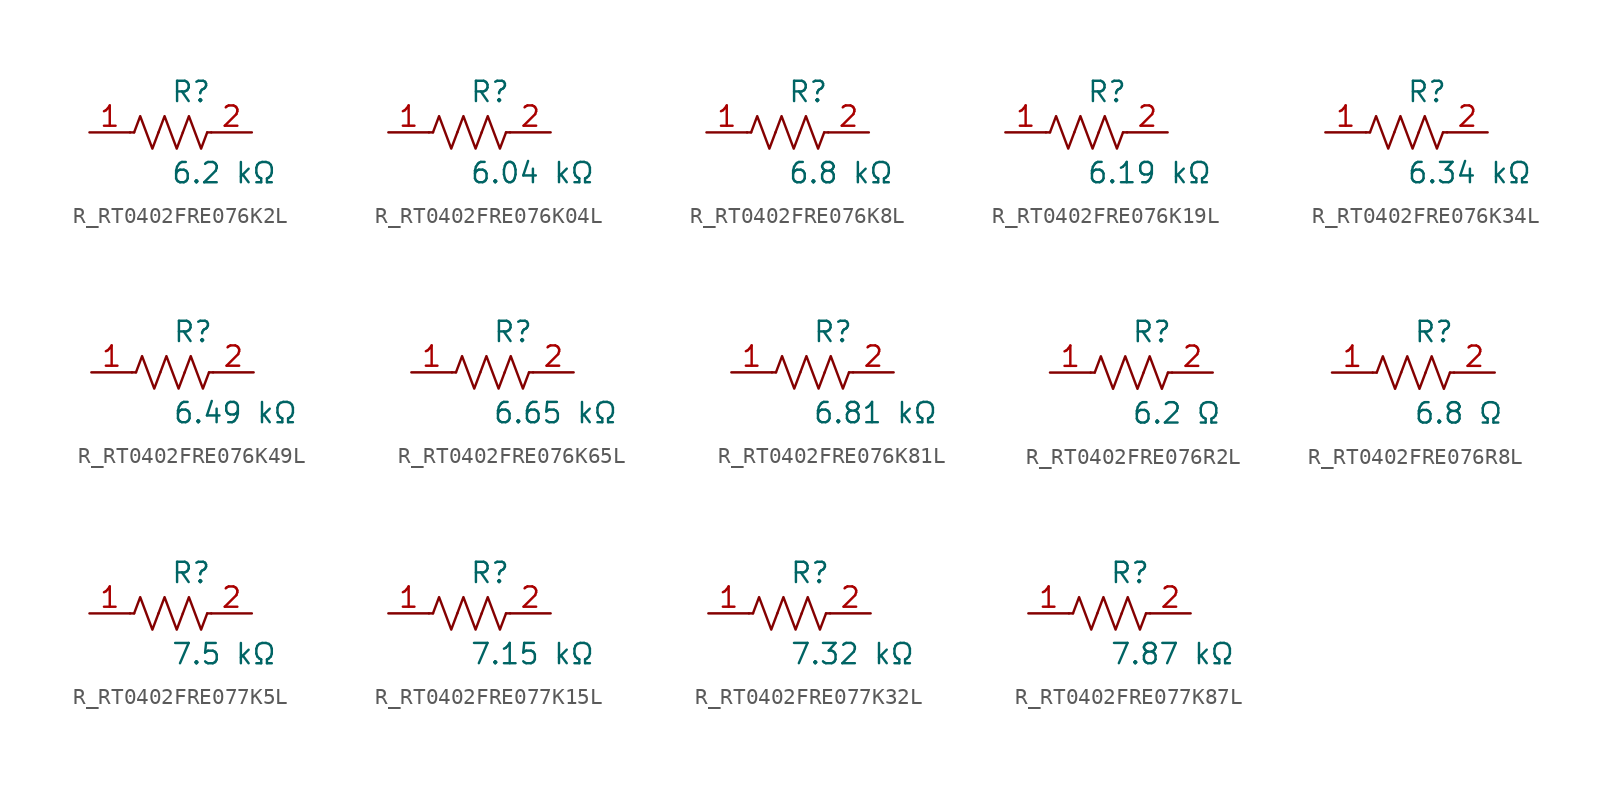
<source format=kicad_sym>
(kicad_symbol_lib
  (version 20231120)
  (generator kicad_symbol_editor)
  (generator_version 8.0)
  (symbol "R_RT0402FRE076K2L"
    (pin_names
      (offset 0.254))
    (property "Reference" "R"
      (at 0.0 2.54 0)
      (effects (font (size 1.27 1.27)) (justify left)))
    (property "Value" "6.2 kΩ"
      (at 0.0 -2.54 0)
      (effects (font (size 1.27 1.27)) (justify left)))
    (symbol "R_RT0402FRE076K2L_0_1"
      (polyline (pts (xy 2.286 0) (xy 2.54 0)) (stroke (width 0) (type default)) (fill (type none)))
      (polyline (pts (xy -2.286 0) (xy -2.54 0)) (stroke (width 0) (type default)) (fill (type none)))
      (polyline (pts (xy 0.762 0) (xy 1.143 1.016) (xy 1.524 0) (xy 1.905 -1.016) (xy 2.286 0)) (stroke (width 0) (type default)) (fill (type none)))
      (polyline (pts (xy -0.762 0) (xy -0.381 1.016) (xy 0 0) (xy 0.381 -1.016) (xy 0.762 0)) (stroke (width 0) (type default)) (fill (type none)))
      (polyline (pts (xy -2.286 0) (xy -1.905 1.016) (xy -1.524 0) (xy -1.143 -1.016) (xy -0.762 0)) (stroke (width 0) (type default)) (fill (type none))))
    (pin unspecified line
      (at -5.08 0 0)
      (length 2.54)
      (name "" (effects (font (size 1.27 1.27))))
      (number "1" (effects (font (size 1.27 1.27)))))
    (pin unspecified line
      (at 5.08 0 180)
      (length 2.54)
      (name "" (effects (font (size 1.27 1.27))))
      (number "2" (effects (font (size 1.27 1.27))))))
  (symbol "R_RT0402FRE076K04L"
    (pin_names
      (offset 0.254))
    (property "Reference" "R"
      (at 0.0 2.54 0)
      (effects (font (size 1.27 1.27)) (justify left)))
    (property "Value" "6.04 kΩ"
      (at 0.0 -2.54 0)
      (effects (font (size 1.27 1.27)) (justify left)))
    (symbol "R_RT0402FRE076K04L_0_1"
      (polyline (pts (xy 2.286 0) (xy 2.54 0)) (stroke (width 0) (type default)) (fill (type none)))
      (polyline (pts (xy -2.286 0) (xy -2.54 0)) (stroke (width 0) (type default)) (fill (type none)))
      (polyline (pts (xy 0.762 0) (xy 1.143 1.016) (xy 1.524 0) (xy 1.905 -1.016) (xy 2.286 0)) (stroke (width 0) (type default)) (fill (type none)))
      (polyline (pts (xy -0.762 0) (xy -0.381 1.016) (xy 0 0) (xy 0.381 -1.016) (xy 0.762 0)) (stroke (width 0) (type default)) (fill (type none)))
      (polyline (pts (xy -2.286 0) (xy -1.905 1.016) (xy -1.524 0) (xy -1.143 -1.016) (xy -0.762 0)) (stroke (width 0) (type default)) (fill (type none))))
    (pin unspecified line
      (at -5.08 0 0)
      (length 2.54)
      (name "" (effects (font (size 1.27 1.27))))
      (number "1" (effects (font (size 1.27 1.27)))))
    (pin unspecified line
      (at 5.08 0 180)
      (length 2.54)
      (name "" (effects (font (size 1.27 1.27))))
      (number "2" (effects (font (size 1.27 1.27))))))
  (symbol "R_RT0402FRE076K8L"
    (pin_names
      (offset 0.254))
    (property "Reference" "R"
      (at 0.0 2.54 0)
      (effects (font (size 1.27 1.27)) (justify left)))
    (property "Value" "6.8 kΩ"
      (at 0.0 -2.54 0)
      (effects (font (size 1.27 1.27)) (justify left)))
    (symbol "R_RT0402FRE076K8L_0_1"
      (polyline (pts (xy 2.286 0) (xy 2.54 0)) (stroke (width 0) (type default)) (fill (type none)))
      (polyline (pts (xy -2.286 0) (xy -2.54 0)) (stroke (width 0) (type default)) (fill (type none)))
      (polyline (pts (xy 0.762 0) (xy 1.143 1.016) (xy 1.524 0) (xy 1.905 -1.016) (xy 2.286 0)) (stroke (width 0) (type default)) (fill (type none)))
      (polyline (pts (xy -0.762 0) (xy -0.381 1.016) (xy 0 0) (xy 0.381 -1.016) (xy 0.762 0)) (stroke (width 0) (type default)) (fill (type none)))
      (polyline (pts (xy -2.286 0) (xy -1.905 1.016) (xy -1.524 0) (xy -1.143 -1.016) (xy -0.762 0)) (stroke (width 0) (type default)) (fill (type none))))
    (pin unspecified line
      (at -5.08 0 0)
      (length 2.54)
      (name "" (effects (font (size 1.27 1.27))))
      (number "1" (effects (font (size 1.27 1.27)))))
    (pin unspecified line
      (at 5.08 0 180)
      (length 2.54)
      (name "" (effects (font (size 1.27 1.27))))
      (number "2" (effects (font (size 1.27 1.27))))))
  (symbol "R_RT0402FRE076K19L"
    (pin_names
      (offset 0.254))
    (property "Reference" "R"
      (at 0.0 2.54 0)
      (effects (font (size 1.27 1.27)) (justify left)))
    (property "Value" "6.19 kΩ"
      (at 0.0 -2.54 0)
      (effects (font (size 1.27 1.27)) (justify left)))
    (symbol "R_RT0402FRE076K19L_0_1"
      (polyline (pts (xy 2.286 0) (xy 2.54 0)) (stroke (width 0) (type default)) (fill (type none)))
      (polyline (pts (xy -2.286 0) (xy -2.54 0)) (stroke (width 0) (type default)) (fill (type none)))
      (polyline (pts (xy 0.762 0) (xy 1.143 1.016) (xy 1.524 0) (xy 1.905 -1.016) (xy 2.286 0)) (stroke (width 0) (type default)) (fill (type none)))
      (polyline (pts (xy -0.762 0) (xy -0.381 1.016) (xy 0 0) (xy 0.381 -1.016) (xy 0.762 0)) (stroke (width 0) (type default)) (fill (type none)))
      (polyline (pts (xy -2.286 0) (xy -1.905 1.016) (xy -1.524 0) (xy -1.143 -1.016) (xy -0.762 0)) (stroke (width 0) (type default)) (fill (type none))))
    (pin unspecified line
      (at -5.08 0 0)
      (length 2.54)
      (name "" (effects (font (size 1.27 1.27))))
      (number "1" (effects (font (size 1.27 1.27)))))
    (pin unspecified line
      (at 5.08 0 180)
      (length 2.54)
      (name "" (effects (font (size 1.27 1.27))))
      (number "2" (effects (font (size 1.27 1.27))))))
  (symbol "R_RT0402FRE076K34L"
    (pin_names
      (offset 0.254))
    (property "Reference" "R"
      (at 0.0 2.54 0)
      (effects (font (size 1.27 1.27)) (justify left)))
    (property "Value" "6.34 kΩ"
      (at 0.0 -2.54 0)
      (effects (font (size 1.27 1.27)) (justify left)))
    (symbol "R_RT0402FRE076K34L_0_1"
      (polyline (pts (xy 2.286 0) (xy 2.54 0)) (stroke (width 0) (type default)) (fill (type none)))
      (polyline (pts (xy -2.286 0) (xy -2.54 0)) (stroke (width 0) (type default)) (fill (type none)))
      (polyline (pts (xy 0.762 0) (xy 1.143 1.016) (xy 1.524 0) (xy 1.905 -1.016) (xy 2.286 0)) (stroke (width 0) (type default)) (fill (type none)))
      (polyline (pts (xy -0.762 0) (xy -0.381 1.016) (xy 0 0) (xy 0.381 -1.016) (xy 0.762 0)) (stroke (width 0) (type default)) (fill (type none)))
      (polyline (pts (xy -2.286 0) (xy -1.905 1.016) (xy -1.524 0) (xy -1.143 -1.016) (xy -0.762 0)) (stroke (width 0) (type default)) (fill (type none))))
    (pin unspecified line
      (at -5.08 0 0)
      (length 2.54)
      (name "" (effects (font (size 1.27 1.27))))
      (number "1" (effects (font (size 1.27 1.27)))))
    (pin unspecified line
      (at 5.08 0 180)
      (length 2.54)
      (name "" (effects (font (size 1.27 1.27))))
      (number "2" (effects (font (size 1.27 1.27))))))
  (symbol "R_RT0402FRE076K49L"
    (pin_names
      (offset 0.254))
    (property "Reference" "R"
      (at 0.0 2.54 0)
      (effects (font (size 1.27 1.27)) (justify left)))
    (property "Value" "6.49 kΩ"
      (at 0.0 -2.54 0)
      (effects (font (size 1.27 1.27)) (justify left)))
    (symbol "R_RT0402FRE076K49L_0_1"
      (polyline (pts (xy 2.286 0) (xy 2.54 0)) (stroke (width 0) (type default)) (fill (type none)))
      (polyline (pts (xy -2.286 0) (xy -2.54 0)) (stroke (width 0) (type default)) (fill (type none)))
      (polyline (pts (xy 0.762 0) (xy 1.143 1.016) (xy 1.524 0) (xy 1.905 -1.016) (xy 2.286 0)) (stroke (width 0) (type default)) (fill (type none)))
      (polyline (pts (xy -0.762 0) (xy -0.381 1.016) (xy 0 0) (xy 0.381 -1.016) (xy 0.762 0)) (stroke (width 0) (type default)) (fill (type none)))
      (polyline (pts (xy -2.286 0) (xy -1.905 1.016) (xy -1.524 0) (xy -1.143 -1.016) (xy -0.762 0)) (stroke (width 0) (type default)) (fill (type none))))
    (pin unspecified line
      (at -5.08 0 0)
      (length 2.54)
      (name "" (effects (font (size 1.27 1.27))))
      (number "1" (effects (font (size 1.27 1.27)))))
    (pin unspecified line
      (at 5.08 0 180)
      (length 2.54)
      (name "" (effects (font (size 1.27 1.27))))
      (number "2" (effects (font (size 1.27 1.27))))))
  (symbol "R_RT0402FRE076K65L"
    (pin_names
      (offset 0.254))
    (property "Reference" "R"
      (at 0.0 2.54 0)
      (effects (font (size 1.27 1.27)) (justify left)))
    (property "Value" "6.65 kΩ"
      (at 0.0 -2.54 0)
      (effects (font (size 1.27 1.27)) (justify left)))
    (symbol "R_RT0402FRE076K65L_0_1"
      (polyline (pts (xy 2.286 0) (xy 2.54 0)) (stroke (width 0) (type default)) (fill (type none)))
      (polyline (pts (xy -2.286 0) (xy -2.54 0)) (stroke (width 0) (type default)) (fill (type none)))
      (polyline (pts (xy 0.762 0) (xy 1.143 1.016) (xy 1.524 0) (xy 1.905 -1.016) (xy 2.286 0)) (stroke (width 0) (type default)) (fill (type none)))
      (polyline (pts (xy -0.762 0) (xy -0.381 1.016) (xy 0 0) (xy 0.381 -1.016) (xy 0.762 0)) (stroke (width 0) (type default)) (fill (type none)))
      (polyline (pts (xy -2.286 0) (xy -1.905 1.016) (xy -1.524 0) (xy -1.143 -1.016) (xy -0.762 0)) (stroke (width 0) (type default)) (fill (type none))))
    (pin unspecified line
      (at -5.08 0 0)
      (length 2.54)
      (name "" (effects (font (size 1.27 1.27))))
      (number "1" (effects (font (size 1.27 1.27)))))
    (pin unspecified line
      (at 5.08 0 180)
      (length 2.54)
      (name "" (effects (font (size 1.27 1.27))))
      (number "2" (effects (font (size 1.27 1.27))))))
  (symbol "R_RT0402FRE076K81L"
    (pin_names
      (offset 0.254))
    (property "Reference" "R"
      (at 0.0 2.54 0)
      (effects (font (size 1.27 1.27)) (justify left)))
    (property "Value" "6.81 kΩ"
      (at 0.0 -2.54 0)
      (effects (font (size 1.27 1.27)) (justify left)))
    (symbol "R_RT0402FRE076K81L_0_1"
      (polyline (pts (xy 2.286 0) (xy 2.54 0)) (stroke (width 0) (type default)) (fill (type none)))
      (polyline (pts (xy -2.286 0) (xy -2.54 0)) (stroke (width 0) (type default)) (fill (type none)))
      (polyline (pts (xy 0.762 0) (xy 1.143 1.016) (xy 1.524 0) (xy 1.905 -1.016) (xy 2.286 0)) (stroke (width 0) (type default)) (fill (type none)))
      (polyline (pts (xy -0.762 0) (xy -0.381 1.016) (xy 0 0) (xy 0.381 -1.016) (xy 0.762 0)) (stroke (width 0) (type default)) (fill (type none)))
      (polyline (pts (xy -2.286 0) (xy -1.905 1.016) (xy -1.524 0) (xy -1.143 -1.016) (xy -0.762 0)) (stroke (width 0) (type default)) (fill (type none))))
    (pin unspecified line
      (at -5.08 0 0)
      (length 2.54)
      (name "" (effects (font (size 1.27 1.27))))
      (number "1" (effects (font (size 1.27 1.27)))))
    (pin unspecified line
      (at 5.08 0 180)
      (length 2.54)
      (name "" (effects (font (size 1.27 1.27))))
      (number "2" (effects (font (size 1.27 1.27))))))
  (symbol "R_RT0402FRE076R2L"
    (pin_names
      (offset 0.254))
    (property "Reference" "R"
      (at 0.0 2.54 0)
      (effects (font (size 1.27 1.27)) (justify left)))
    (property "Value" "6.2 Ω"
      (at 0.0 -2.54 0)
      (effects (font (size 1.27 1.27)) (justify left)))
    (symbol "R_RT0402FRE076R2L_0_1"
      (polyline (pts (xy 2.286 0) (xy 2.54 0)) (stroke (width 0) (type default)) (fill (type none)))
      (polyline (pts (xy -2.286 0) (xy -2.54 0)) (stroke (width 0) (type default)) (fill (type none)))
      (polyline (pts (xy 0.762 0) (xy 1.143 1.016) (xy 1.524 0) (xy 1.905 -1.016) (xy 2.286 0)) (stroke (width 0) (type default)) (fill (type none)))
      (polyline (pts (xy -0.762 0) (xy -0.381 1.016) (xy 0 0) (xy 0.381 -1.016) (xy 0.762 0)) (stroke (width 0) (type default)) (fill (type none)))
      (polyline (pts (xy -2.286 0) (xy -1.905 1.016) (xy -1.524 0) (xy -1.143 -1.016) (xy -0.762 0)) (stroke (width 0) (type default)) (fill (type none))))
    (pin unspecified line
      (at -5.08 0 0)
      (length 2.54)
      (name "" (effects (font (size 1.27 1.27))))
      (number "1" (effects (font (size 1.27 1.27)))))
    (pin unspecified line
      (at 5.08 0 180)
      (length 2.54)
      (name "" (effects (font (size 1.27 1.27))))
      (number "2" (effects (font (size 1.27 1.27))))))
  (symbol "R_RT0402FRE076R8L"
    (pin_names
      (offset 0.254))
    (property "Reference" "R"
      (at 0.0 2.54 0)
      (effects (font (size 1.27 1.27)) (justify left)))
    (property "Value" "6.8 Ω"
      (at 0.0 -2.54 0)
      (effects (font (size 1.27 1.27)) (justify left)))
    (symbol "R_RT0402FRE076R8L_0_1"
      (polyline (pts (xy 2.286 0) (xy 2.54 0)) (stroke (width 0) (type default)) (fill (type none)))
      (polyline (pts (xy -2.286 0) (xy -2.54 0)) (stroke (width 0) (type default)) (fill (type none)))
      (polyline (pts (xy 0.762 0) (xy 1.143 1.016) (xy 1.524 0) (xy 1.905 -1.016) (xy 2.286 0)) (stroke (width 0) (type default)) (fill (type none)))
      (polyline (pts (xy -0.762 0) (xy -0.381 1.016) (xy 0 0) (xy 0.381 -1.016) (xy 0.762 0)) (stroke (width 0) (type default)) (fill (type none)))
      (polyline (pts (xy -2.286 0) (xy -1.905 1.016) (xy -1.524 0) (xy -1.143 -1.016) (xy -0.762 0)) (stroke (width 0) (type default)) (fill (type none))))
    (pin unspecified line
      (at -5.08 0 0)
      (length 2.54)
      (name "" (effects (font (size 1.27 1.27))))
      (number "1" (effects (font (size 1.27 1.27)))))
    (pin unspecified line
      (at 5.08 0 180)
      (length 2.54)
      (name "" (effects (font (size 1.27 1.27))))
      (number "2" (effects (font (size 1.27 1.27))))))
  (symbol "R_RT0402FRE077K5L"
    (pin_names
      (offset 0.254))
    (property "Reference" "R"
      (at 0.0 2.54 0)
      (effects (font (size 1.27 1.27)) (justify left)))
    (property "Value" "7.5 kΩ"
      (at 0.0 -2.54 0)
      (effects (font (size 1.27 1.27)) (justify left)))
    (symbol "R_RT0402FRE077K5L_0_1"
      (polyline (pts (xy 2.286 0) (xy 2.54 0)) (stroke (width 0) (type default)) (fill (type none)))
      (polyline (pts (xy -2.286 0) (xy -2.54 0)) (stroke (width 0) (type default)) (fill (type none)))
      (polyline (pts (xy 0.762 0) (xy 1.143 1.016) (xy 1.524 0) (xy 1.905 -1.016) (xy 2.286 0)) (stroke (width 0) (type default)) (fill (type none)))
      (polyline (pts (xy -0.762 0) (xy -0.381 1.016) (xy 0 0) (xy 0.381 -1.016) (xy 0.762 0)) (stroke (width 0) (type default)) (fill (type none)))
      (polyline (pts (xy -2.286 0) (xy -1.905 1.016) (xy -1.524 0) (xy -1.143 -1.016) (xy -0.762 0)) (stroke (width 0) (type default)) (fill (type none))))
    (pin unspecified line
      (at -5.08 0 0)
      (length 2.54)
      (name "" (effects (font (size 1.27 1.27))))
      (number "1" (effects (font (size 1.27 1.27)))))
    (pin unspecified line
      (at 5.08 0 180)
      (length 2.54)
      (name "" (effects (font (size 1.27 1.27))))
      (number "2" (effects (font (size 1.27 1.27))))))
  (symbol "R_RT0402FRE077K15L"
    (pin_names
      (offset 0.254))
    (property "Reference" "R"
      (at 0.0 2.54 0)
      (effects (font (size 1.27 1.27)) (justify left)))
    (property "Value" "7.15 kΩ"
      (at 0.0 -2.54 0)
      (effects (font (size 1.27 1.27)) (justify left)))
    (symbol "R_RT0402FRE077K15L_0_1"
      (polyline (pts (xy 2.286 0) (xy 2.54 0)) (stroke (width 0) (type default)) (fill (type none)))
      (polyline (pts (xy -2.286 0) (xy -2.54 0)) (stroke (width 0) (type default)) (fill (type none)))
      (polyline (pts (xy 0.762 0) (xy 1.143 1.016) (xy 1.524 0) (xy 1.905 -1.016) (xy 2.286 0)) (stroke (width 0) (type default)) (fill (type none)))
      (polyline (pts (xy -0.762 0) (xy -0.381 1.016) (xy 0 0) (xy 0.381 -1.016) (xy 0.762 0)) (stroke (width 0) (type default)) (fill (type none)))
      (polyline (pts (xy -2.286 0) (xy -1.905 1.016) (xy -1.524 0) (xy -1.143 -1.016) (xy -0.762 0)) (stroke (width 0) (type default)) (fill (type none))))
    (pin unspecified line
      (at -5.08 0 0)
      (length 2.54)
      (name "" (effects (font (size 1.27 1.27))))
      (number "1" (effects (font (size 1.27 1.27)))))
    (pin unspecified line
      (at 5.08 0 180)
      (length 2.54)
      (name "" (effects (font (size 1.27 1.27))))
      (number "2" (effects (font (size 1.27 1.27))))))
  (symbol "R_RT0402FRE077K32L"
    (pin_names
      (offset 0.254))
    (property "Reference" "R"
      (at 0.0 2.54 0)
      (effects (font (size 1.27 1.27)) (justify left)))
    (property "Value" "7.32 kΩ"
      (at 0.0 -2.54 0)
      (effects (font (size 1.27 1.27)) (justify left)))
    (symbol "R_RT0402FRE077K32L_0_1"
      (polyline (pts (xy 2.286 0) (xy 2.54 0)) (stroke (width 0) (type default)) (fill (type none)))
      (polyline (pts (xy -2.286 0) (xy -2.54 0)) (stroke (width 0) (type default)) (fill (type none)))
      (polyline (pts (xy 0.762 0) (xy 1.143 1.016) (xy 1.524 0) (xy 1.905 -1.016) (xy 2.286 0)) (stroke (width 0) (type default)) (fill (type none)))
      (polyline (pts (xy -0.762 0) (xy -0.381 1.016) (xy 0 0) (xy 0.381 -1.016) (xy 0.762 0)) (stroke (width 0) (type default)) (fill (type none)))
      (polyline (pts (xy -2.286 0) (xy -1.905 1.016) (xy -1.524 0) (xy -1.143 -1.016) (xy -0.762 0)) (stroke (width 0) (type default)) (fill (type none))))
    (pin unspecified line
      (at -5.08 0 0)
      (length 2.54)
      (name "" (effects (font (size 1.27 1.27))))
      (number "1" (effects (font (size 1.27 1.27)))))
    (pin unspecified line
      (at 5.08 0 180)
      (length 2.54)
      (name "" (effects (font (size 1.27 1.27))))
      (number "2" (effects (font (size 1.27 1.27))))))
  (symbol "R_RT0402FRE077K87L"
    (pin_names
      (offset 0.254))
    (property "Reference" "R"
      (at 0.0 2.54 0)
      (effects (font (size 1.27 1.27)) (justify left)))
    (property "Value" "7.87 kΩ"
      (at 0.0 -2.54 0)
      (effects (font (size 1.27 1.27)) (justify left)))
    (symbol "R_RT0402FRE077K87L_0_1"
      (polyline (pts (xy 2.286 0) (xy 2.54 0)) (stroke (width 0) (type default)) (fill (type none)))
      (polyline (pts (xy -2.286 0) (xy -2.54 0)) (stroke (width 0) (type default)) (fill (type none)))
      (polyline (pts (xy 0.762 0) (xy 1.143 1.016) (xy 1.524 0) (xy 1.905 -1.016) (xy 2.286 0)) (stroke (width 0) (type default)) (fill (type none)))
      (polyline (pts (xy -0.762 0) (xy -0.381 1.016) (xy 0 0) (xy 0.381 -1.016) (xy 0.762 0)) (stroke (width 0) (type default)) (fill (type none)))
      (polyline (pts (xy -2.286 0) (xy -1.905 1.016) (xy -1.524 0) (xy -1.143 -1.016) (xy -0.762 0)) (stroke (width 0) (type default)) (fill (type none))))
    (pin unspecified line
      (at -5.08 0 0)
      (length 2.54)
      (name "" (effects (font (size 1.27 1.27))))
      (number "1" (effects (font (size 1.27 1.27)))))
    (pin unspecified line
      (at 5.08 0 180)
      (length 2.54)
      (name "" (effects (font (size 1.27 1.27))))
      (number "2" (effects (font (size 1.27 1.27)))))))
</source>
